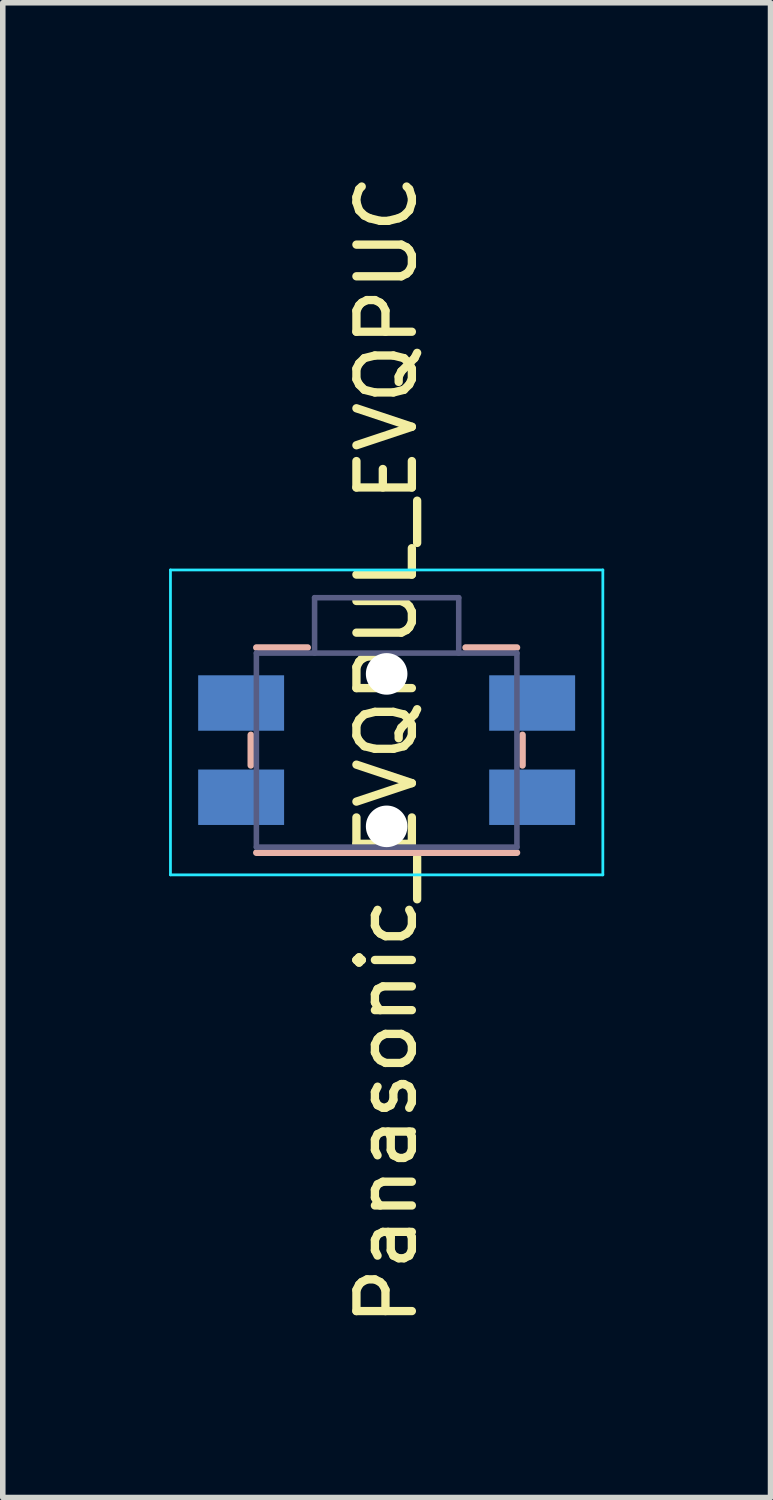
<source format=kicad_pcb>
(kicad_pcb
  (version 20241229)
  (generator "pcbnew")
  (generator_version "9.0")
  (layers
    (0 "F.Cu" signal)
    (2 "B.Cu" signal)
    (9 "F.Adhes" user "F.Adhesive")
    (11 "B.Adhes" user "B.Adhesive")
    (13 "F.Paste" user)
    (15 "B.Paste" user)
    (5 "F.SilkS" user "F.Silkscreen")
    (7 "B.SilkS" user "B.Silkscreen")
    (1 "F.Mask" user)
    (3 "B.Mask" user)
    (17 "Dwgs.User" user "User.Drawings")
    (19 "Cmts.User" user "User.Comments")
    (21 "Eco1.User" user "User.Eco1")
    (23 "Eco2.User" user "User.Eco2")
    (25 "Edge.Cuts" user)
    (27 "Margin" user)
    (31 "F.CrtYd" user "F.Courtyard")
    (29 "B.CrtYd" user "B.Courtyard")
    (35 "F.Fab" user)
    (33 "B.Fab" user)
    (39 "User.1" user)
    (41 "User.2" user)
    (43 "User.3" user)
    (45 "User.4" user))
  (footprint "Panasonic_EVQPUL_EVQPUC"
    (layer "F.Cu")
    (at 3.925 10.482)
    (property "Reference" "Panasonic_EVQPUL_EVQPUC" (at 0 0 90) (layer "F.SilkS") (effects (font (size 1 1) (thickness 0.15))))
    (attr through_hole)
    (fp_line (start -2.45 0.275) (end -2.45 -0.275) (stroke (width 0.12) (type solid)) (layer "B.SilkS"))
    (fp_line (start -1.425 -1.85) (end -2.35 -1.85) (stroke (width 0.12) (type solid)) (layer "B.SilkS"))
    (fp_line (start 2.35 -1.85) (end 1.425 -1.85) (stroke (width 0.12) (type solid)) (layer "B.SilkS"))
    (fp_line (start 2.35 1.85) (end -2.35 1.85) (stroke (width 0.12) (type solid)) (layer "B.SilkS"))
    (fp_line (start 2.45 0.275) (end 2.45 -0.275) (stroke (width 0.12) (type solid)) (layer "B.SilkS"))
    (fp_line (start -3.9 2.25) (end -3.9 -3.25) (stroke (width 0.05) (type solid)) (layer "B.CrtYd"))
    (fp_line (start 3.9 -3.25) (end -3.9 -3.25) (stroke (width 0.05) (type solid)) (layer "B.CrtYd"))
    (fp_line (start 3.9 2.25) (end -3.9 2.25) (stroke (width 0.05) (type solid)) (layer "B.CrtYd"))
    (fp_line (start 3.9 2.25) (end 3.9 -3.25) (stroke (width 0.05) (type solid)) (layer "B.CrtYd"))
    (fp_line (start -2.35 1.75) (end -2.35 -1.75) (stroke (width 0.1) (type solid)) (layer "B.Fab"))
    (fp_line (start -1.3 -2.75) (end -1.3 -1.75) (stroke (width 0.1) (type solid)) (layer "B.Fab"))
    (fp_line (start 1.3 -2.75) (end -1.3 -2.75) (stroke (width 0.1) (type solid)) (layer "B.Fab"))
    (fp_line (start 1.3 -2.75) (end 1.3 -1.75) (stroke (width 0.1) (type solid)) (layer "B.Fab"))
    (fp_line (start 2.35 -1.75) (end -2.35 -1.75) (stroke (width 0.1) (type solid)) (layer "B.Fab"))
    (fp_line (start 2.35 1.75) (end -2.35 1.75) (stroke (width 0.1) (type solid)) (layer "B.Fab"))
    (fp_line (start 2.35 1.75) (end 2.35 -1.75) (stroke (width 0.1) (type solid)) (layer "B.Fab"))
    (pad "" np_thru_hole circle (at 0 -1.375) (size 0.75 0.75) (drill 0.75) (layers "*.Cu" "*.Mask"))
    (pad "" np_thru_hole circle (at 0 1.375) (size 0.75 0.75) (drill 0.75) (layers "*.Cu" "*.Mask"))
    (pad "1" smd rect (at -2.625 -0.85) (size 1.55 1) (layers "B.Cu" "B.Mask" "B.Paste"))
    (pad "1" smd rect (at 2.625 -0.85) (size 1.55 1) (layers "B.Cu" "B.Mask" "B.Paste"))
    (pad "2" smd rect (at -2.625 0.85) (size 1.55 1) (layers "B.Cu" "B.Mask" "B.Paste"))
    (pad "2" smd rect (at 2.625 0.85) (size 1.55 1) (layers "B.Cu" "B.Mask" "B.Paste")))
  (gr_rect
    (start -3 -3)
    (end 10.85 23.964)
    (stroke (width 0.1) (type default))
    (fill no)
    (layer "Edge.Cuts")))
</source>
